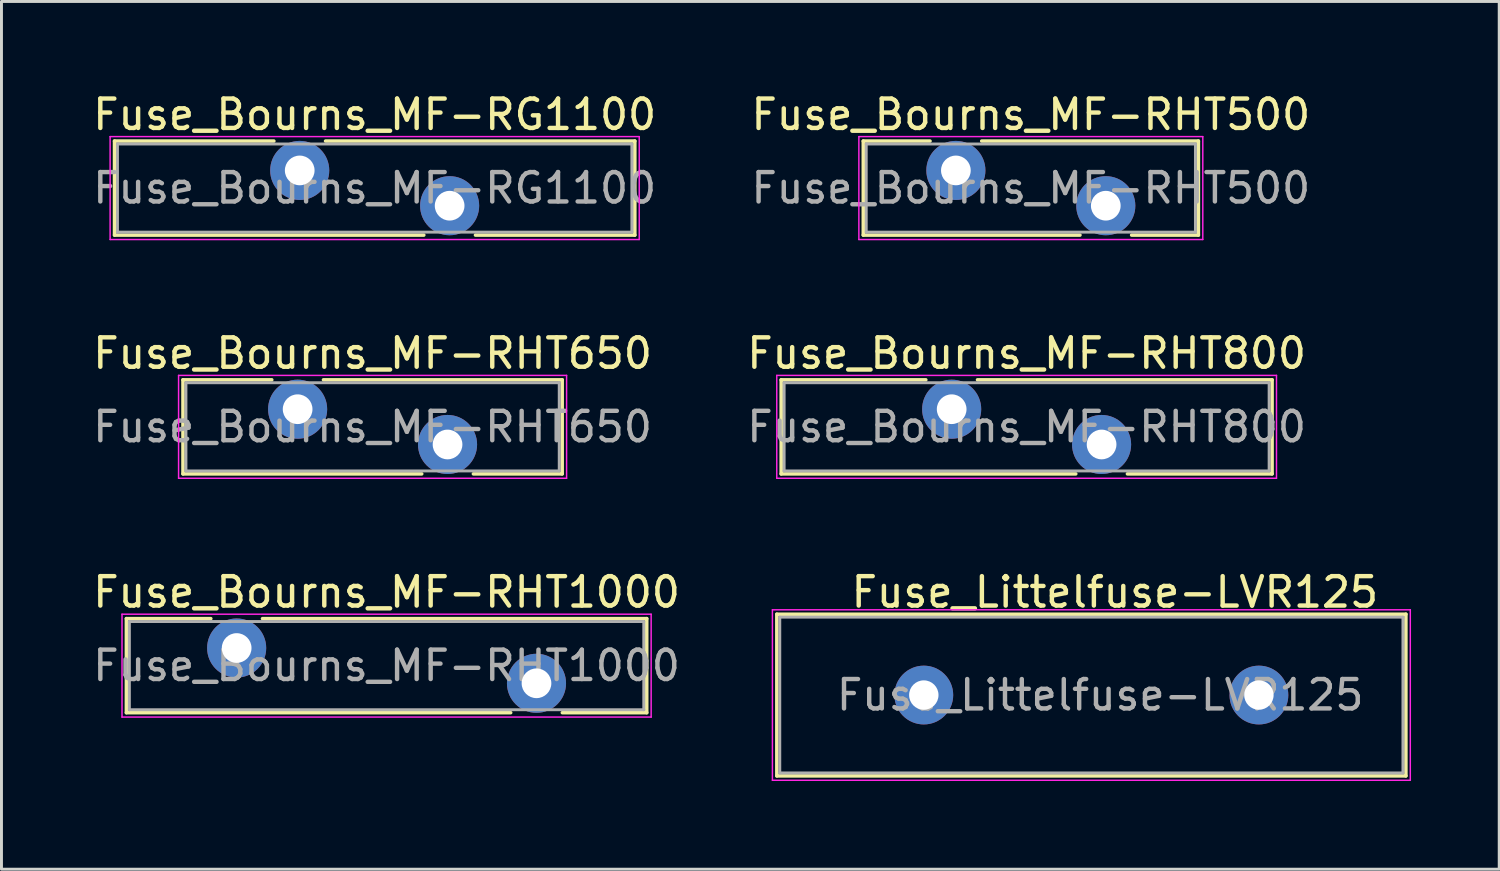
<source format=kicad_pcb>
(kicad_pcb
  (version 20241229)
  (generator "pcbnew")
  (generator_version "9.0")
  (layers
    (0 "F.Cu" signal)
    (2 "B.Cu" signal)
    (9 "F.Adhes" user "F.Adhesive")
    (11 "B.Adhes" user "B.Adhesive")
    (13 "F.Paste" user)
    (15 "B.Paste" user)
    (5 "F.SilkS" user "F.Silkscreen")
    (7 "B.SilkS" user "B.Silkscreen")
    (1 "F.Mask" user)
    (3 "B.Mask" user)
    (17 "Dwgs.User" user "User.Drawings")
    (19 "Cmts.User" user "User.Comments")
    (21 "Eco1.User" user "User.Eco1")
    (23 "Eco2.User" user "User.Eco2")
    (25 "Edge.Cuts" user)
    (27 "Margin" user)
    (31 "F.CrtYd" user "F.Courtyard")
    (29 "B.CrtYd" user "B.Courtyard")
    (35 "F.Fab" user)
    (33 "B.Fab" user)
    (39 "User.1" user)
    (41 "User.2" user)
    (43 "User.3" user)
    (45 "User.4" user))
  (footprint "Fuse_Bourns_MF-RHT650"
    (layer "F.Cu")
    (at 7.075 10.871)
    (property "Reference" "Fuse_Bourns_MF-RHT650" (at 2.55 -1.9 0) (layer "F.SilkS") (effects (font (size 1 1) (thickness 0.15))))
    (attr through_hole)
    (fp_line (start -3.9 -1) (end -3.9 2.2) (stroke (width 0.12) (type solid)) (layer "F.SilkS"))
    (fp_line (start -3.9 -1) (end -0.879 -1) (stroke (width 0.12) (type solid)) (layer "F.SilkS"))
    (fp_line (start -3.9 2.2) (end 4.222 2.2) (stroke (width 0.12) (type solid)) (layer "F.SilkS"))
    (fp_line (start 0.879 -1) (end 9 -1) (stroke (width 0.12) (type solid)) (layer "F.SilkS"))
    (fp_line (start 5.979 2.2) (end 9 2.2) (stroke (width 0.12) (type solid)) (layer "F.SilkS"))
    (fp_line (start 9 -1) (end 9 2.2) (stroke (width 0.12) (type solid)) (layer "F.SilkS"))
    (fp_line (start -4.05 -1.15) (end -4.05 2.35) (stroke (width 0.05) (type solid)) (layer "F.CrtYd"))
    (fp_line (start -4.05 2.35) (end 9.15 2.35) (stroke (width 0.05) (type solid)) (layer "F.CrtYd"))
    (fp_line (start 9.15 -1.15) (end -4.05 -1.15) (stroke (width 0.05) (type solid)) (layer "F.CrtYd"))
    (fp_line (start 9.15 2.35) (end 9.15 -1.15) (stroke (width 0.05) (type solid)) (layer "F.CrtYd"))
    (fp_line (start -3.8 -0.9) (end -3.8 2.1) (stroke (width 0.1) (type solid)) (layer "F.Fab"))
    (fp_line (start -3.8 2.1) (end 8.9 2.1) (stroke (width 0.1) (type solid)) (layer "F.Fab"))
    (fp_line (start 8.9 -0.9) (end -3.8 -0.9) (stroke (width 0.1) (type solid)) (layer "F.Fab"))
    (fp_line (start 8.9 2.1) (end 8.9 -0.9) (stroke (width 0.1) (type solid)) (layer "F.Fab"))
    (fp_text user "${REFERENCE}" (at 2.55 0.6 0) (layer "F.Fab") (effects (font (size 1 1) (thickness 0.15))))
    (pad "1" thru_hole circle (at 0 0) (size 2.01 2.01) (drill 1.01) (layers "*.Cu" "*.Mask"))
    (pad "2" thru_hole circle (at 5.1 1.2) (size 2.01 2.01) (drill 1.01) (layers "*.Cu" "*.Mask")))
  (footprint "Fuse_Bourns_MF-RG1100"
    (layer "F.Cu")
    (at 7.146 2.748)
    (property "Reference" "Fuse_Bourns_MF-RG1100" (at 2.55 -1.9 0) (layer "F.SilkS") (effects (font (size 1 1) (thickness 0.15))))
    (attr through_hole)
    (fp_line (start -6.3 -1) (end -6.3 2.2) (stroke (width 0.12) (type solid)) (layer "F.SilkS"))
    (fp_line (start -6.3 -1) (end -0.879 -1) (stroke (width 0.12) (type solid)) (layer "F.SilkS"))
    (fp_line (start -6.3 2.2) (end 4.222 2.2) (stroke (width 0.12) (type solid)) (layer "F.SilkS"))
    (fp_line (start 0.879 -1) (end 11.4 -1) (stroke (width 0.12) (type solid)) (layer "F.SilkS"))
    (fp_line (start 5.979 2.2) (end 11.4 2.2) (stroke (width 0.12) (type solid)) (layer "F.SilkS"))
    (fp_line (start 11.4 -1) (end 11.4 2.2) (stroke (width 0.12) (type solid)) (layer "F.SilkS"))
    (fp_line (start -6.45 -1.15) (end -6.45 2.35) (stroke (width 0.05) (type solid)) (layer "F.CrtYd"))
    (fp_line (start -6.45 2.35) (end 11.55 2.35) (stroke (width 0.05) (type solid)) (layer "F.CrtYd"))
    (fp_line (start 11.55 -1.15) (end -6.45 -1.15) (stroke (width 0.05) (type solid)) (layer "F.CrtYd"))
    (fp_line (start 11.55 2.35) (end 11.55 -1.15) (stroke (width 0.05) (type solid)) (layer "F.CrtYd"))
    (fp_line (start -6.2 -0.9) (end -6.2 2.1) (stroke (width 0.1) (type solid)) (layer "F.Fab"))
    (fp_line (start -6.2 2.1) (end 11.3 2.1) (stroke (width 0.1) (type solid)) (layer "F.Fab"))
    (fp_line (start 11.3 -0.9) (end -6.2 -0.9) (stroke (width 0.1) (type solid)) (layer "F.Fab"))
    (fp_line (start 11.3 2.1) (end 11.3 -0.9) (stroke (width 0.1) (type solid)) (layer "F.Fab"))
    (fp_text user "${REFERENCE}" (at 2.55 0.6 0) (layer "F.Fab") (effects (font (size 1 1) (thickness 0.15))))
    (pad "1" thru_hole circle (at 0 0) (size 2.01 2.01) (drill 1.01) (layers "*.Cu" "*.Mask"))
    (pad "2" thru_hole circle (at 5.1 1.2) (size 2.01 2.01) (drill 1.01) (layers "*.Cu" "*.Mask")))
  (footprint "Fuse_Bourns_MF-RHT500"
    (layer "F.Cu")
    (at 29.468 2.748)
    (property "Reference" "Fuse_Bourns_MF-RHT500" (at 2.55 -1.9 0) (layer "F.SilkS") (effects (font (size 1 1) (thickness 0.15))))
    (attr through_hole)
    (fp_line (start -3.15 -1) (end -3.15 2.2) (stroke (width 0.12) (type solid)) (layer "F.SilkS"))
    (fp_line (start -3.15 -1) (end -0.879 -1) (stroke (width 0.12) (type solid)) (layer "F.SilkS"))
    (fp_line (start -3.15 2.2) (end 4.222 2.2) (stroke (width 0.12) (type solid)) (layer "F.SilkS"))
    (fp_line (start 0.879 -1) (end 8.25 -1) (stroke (width 0.12) (type solid)) (layer "F.SilkS"))
    (fp_line (start 5.979 2.2) (end 8.25 2.2) (stroke (width 0.12) (type solid)) (layer "F.SilkS"))
    (fp_line (start 8.25 -1) (end 8.25 2.2) (stroke (width 0.12) (type solid)) (layer "F.SilkS"))
    (fp_line (start -3.3 -1.15) (end -3.3 2.35) (stroke (width 0.05) (type solid)) (layer "F.CrtYd"))
    (fp_line (start -3.3 2.35) (end 8.4 2.35) (stroke (width 0.05) (type solid)) (layer "F.CrtYd"))
    (fp_line (start 8.4 -1.15) (end -3.3 -1.15) (stroke (width 0.05) (type solid)) (layer "F.CrtYd"))
    (fp_line (start 8.4 2.35) (end 8.4 -1.15) (stroke (width 0.05) (type solid)) (layer "F.CrtYd"))
    (fp_line (start -3.05 -0.9) (end -3.05 2.1) (stroke (width 0.1) (type solid)) (layer "F.Fab"))
    (fp_line (start -3.05 2.1) (end 8.15 2.1) (stroke (width 0.1) (type solid)) (layer "F.Fab"))
    (fp_line (start 8.15 -0.9) (end -3.05 -0.9) (stroke (width 0.1) (type solid)) (layer "F.Fab"))
    (fp_line (start 8.15 2.1) (end 8.15 -0.9) (stroke (width 0.1) (type solid)) (layer "F.Fab"))
    (fp_text user "${REFERENCE}" (at 2.55 0.6 0) (layer "F.Fab") (effects (font (size 1 1) (thickness 0.15))))
    (pad "1" thru_hole circle (at 0 0) (size 2.01 2.01) (drill 1.01) (layers "*.Cu" "*.Mask"))
    (pad "2" thru_hole circle (at 5.1 1.2) (size 2.01 2.01) (drill 1.01) (layers "*.Cu" "*.Mask")))
  (footprint "Fuse_Bourns_MF-RHT800"
    (layer "F.Cu")
    (at 29.325 10.871)
    (property "Reference" "Fuse_Bourns_MF-RHT800" (at 2.55 -1.9 0) (layer "F.SilkS") (effects (font (size 1 1) (thickness 0.15))))
    (attr through_hole)
    (fp_line (start -5.8 -1) (end -5.8 2.2) (stroke (width 0.12) (type solid)) (layer "F.SilkS"))
    (fp_line (start -5.8 -1) (end -0.879 -1) (stroke (width 0.12) (type solid)) (layer "F.SilkS"))
    (fp_line (start -5.8 2.2) (end 4.222 2.2) (stroke (width 0.12) (type solid)) (layer "F.SilkS"))
    (fp_line (start 0.879 -1) (end 10.9 -1) (stroke (width 0.12) (type solid)) (layer "F.SilkS"))
    (fp_line (start 5.979 2.2) (end 10.9 2.2) (stroke (width 0.12) (type solid)) (layer "F.SilkS"))
    (fp_line (start 10.9 -1) (end 10.9 2.2) (stroke (width 0.12) (type solid)) (layer "F.SilkS"))
    (fp_line (start -5.95 -1.15) (end -5.95 2.35) (stroke (width 0.05) (type solid)) (layer "F.CrtYd"))
    (fp_line (start -5.95 2.35) (end 11.05 2.35) (stroke (width 0.05) (type solid)) (layer "F.CrtYd"))
    (fp_line (start 11.05 -1.15) (end -5.95 -1.15) (stroke (width 0.05) (type solid)) (layer "F.CrtYd"))
    (fp_line (start 11.05 2.35) (end 11.05 -1.15) (stroke (width 0.05) (type solid)) (layer "F.CrtYd"))
    (fp_line (start -5.7 -0.9) (end -5.7 2.1) (stroke (width 0.1) (type solid)) (layer "F.Fab"))
    (fp_line (start -5.7 2.1) (end 10.8 2.1) (stroke (width 0.1) (type solid)) (layer "F.Fab"))
    (fp_line (start 10.8 -0.9) (end -5.7 -0.9) (stroke (width 0.1) (type solid)) (layer "F.Fab"))
    (fp_line (start 10.8 2.1) (end 10.8 -0.9) (stroke (width 0.1) (type solid)) (layer "F.Fab"))
    (fp_text user "${REFERENCE}" (at 2.55 0.6 0) (layer "F.Fab") (effects (font (size 1 1) (thickness 0.15))))
    (pad "1" thru_hole circle (at 0 0) (size 2.01 2.01) (drill 1.01) (layers "*.Cu" "*.Mask"))
    (pad "2" thru_hole circle (at 5.1 1.2) (size 2.01 2.01) (drill 1.01) (layers "*.Cu" "*.Mask")))
  (footprint "Fuse_Littelfuse-LVR125"
    (layer "F.Cu")
    (at 28.377 20.595)
    (property "Reference" "Fuse_Littelfuse-LVR125" (at 6.5 -3.5 0) (layer "F.SilkS") (effects (font (size 1 1) (thickness 0.15))))
    (attr through_hole)
    (fp_line (start -5 -2.75) (end -5 2.75) (stroke (width 0.12) (type solid)) (layer "F.SilkS"))
    (fp_line (start -5 -2.75) (end 16.4 -2.75) (stroke (width 0.12) (type solid)) (layer "F.SilkS"))
    (fp_line (start 16.4 2.75) (end -5 2.75) (stroke (width 0.12) (type solid)) (layer "F.SilkS"))
    (fp_line (start 16.4 2.75) (end 16.4 -2.75) (stroke (width 0.12) (type solid)) (layer "F.SilkS"))
    (fp_line (start -5.15 -2.9) (end -5.15 2.9) (stroke (width 0.05) (type solid)) (layer "F.CrtYd"))
    (fp_line (start -5.15 -2.9) (end 16.55 -2.9) (stroke (width 0.05) (type solid)) (layer "F.CrtYd"))
    (fp_line (start 16.55 2.9) (end -5.15 2.9) (stroke (width 0.05) (type solid)) (layer "F.CrtYd"))
    (fp_line (start 16.55 2.9) (end 16.55 -2.9) (stroke (width 0.05) (type solid)) (layer "F.CrtYd"))
    (fp_line (start -4.9 -2.65) (end -4.9 2.65) (stroke (width 0.1) (type solid)) (layer "F.Fab"))
    (fp_line (start -4.9 2.65) (end 16.3 2.65) (stroke (width 0.1) (type solid)) (layer "F.Fab"))
    (fp_line (start 16.3 -2.65) (end -4.9 -2.65) (stroke (width 0.1) (type solid)) (layer "F.Fab"))
    (fp_line (start 16.3 2.65) (end 16.3 -2.65) (stroke (width 0.1) (type solid)) (layer "F.Fab"))
    (fp_text user "${REFERENCE}" (at 6 0 0) (layer "F.Fab") (effects (font (size 1 1) (thickness 0.15))))
    (pad "1" thru_hole circle (at 0 0) (size 2 2) (drill 1) (layers "*.Cu" "*.Mask"))
    (pad "2" thru_hole circle (at 11.4 0) (size 2 2) (drill 1) (layers "*.Cu" "*.Mask")))
  (footprint "Fuse_Bourns_MF-RHT1000"
    (layer "F.Cu")
    (at 5.001 18.995)
    (property "Reference" "Fuse_Bourns_MF-RHT1000" (at 5.1 -1.9 0) (layer "F.SilkS") (effects (font (size 1 1) (thickness 0.15))))
    (attr through_hole)
    (fp_line (start -3.751 -1) (end -3.751 2.2) (stroke (width 0.12) (type solid)) (layer "F.SilkS"))
    (fp_line (start -3.751 -1) (end -0.879 -1) (stroke (width 0.12) (type solid)) (layer "F.SilkS"))
    (fp_line (start -3.751 2.2) (end 9.322 2.2) (stroke (width 0.12) (type solid)) (layer "F.SilkS"))
    (fp_line (start 0.879 -1) (end 13.95 -1) (stroke (width 0.12) (type solid)) (layer "F.SilkS"))
    (fp_line (start 11.079 2.2) (end 13.95 2.2) (stroke (width 0.12) (type solid)) (layer "F.SilkS"))
    (fp_line (start 13.95 -1) (end 13.95 2.2) (stroke (width 0.12) (type solid)) (layer "F.SilkS"))
    (fp_line (start -3.9 -1.15) (end -3.9 2.35) (stroke (width 0.05) (type solid)) (layer "F.CrtYd"))
    (fp_line (start -3.9 2.35) (end 14.1 2.35) (stroke (width 0.05) (type solid)) (layer "F.CrtYd"))
    (fp_line (start 14.1 -1.15) (end -3.9 -1.15) (stroke (width 0.05) (type solid)) (layer "F.CrtYd"))
    (fp_line (start 14.1 2.35) (end 14.1 -1.15) (stroke (width 0.05) (type solid)) (layer "F.CrtYd"))
    (fp_line (start -3.65 -0.9) (end -3.65 2.1) (stroke (width 0.1) (type solid)) (layer "F.Fab"))
    (fp_line (start -3.65 2.1) (end 13.85 2.1) (stroke (width 0.1) (type solid)) (layer "F.Fab"))
    (fp_line (start 13.85 -0.9) (end -3.65 -0.9) (stroke (width 0.1) (type solid)) (layer "F.Fab"))
    (fp_line (start 13.85 2.1) (end 13.85 -0.9) (stroke (width 0.1) (type solid)) (layer "F.Fab"))
    (fp_text user "${REFERENCE}" (at 5.1 0.6 0) (layer "F.Fab") (effects (font (size 1 1) (thickness 0.15))))
    (pad "1" thru_hole circle (at 0 0) (size 2.01 2.01) (drill 1.01) (layers "*.Cu" "*.Mask"))
    (pad "2" thru_hole circle (at 10.2 1.2) (size 2.01 2.01) (drill 1.01) (layers "*.Cu" "*.Mask")))
  (gr_rect
    (start -3 -3)
    (end 47.952 26.52)
    (stroke (width 0.1) (type default))
    (fill no)
    (layer "Edge.Cuts")))
</source>
